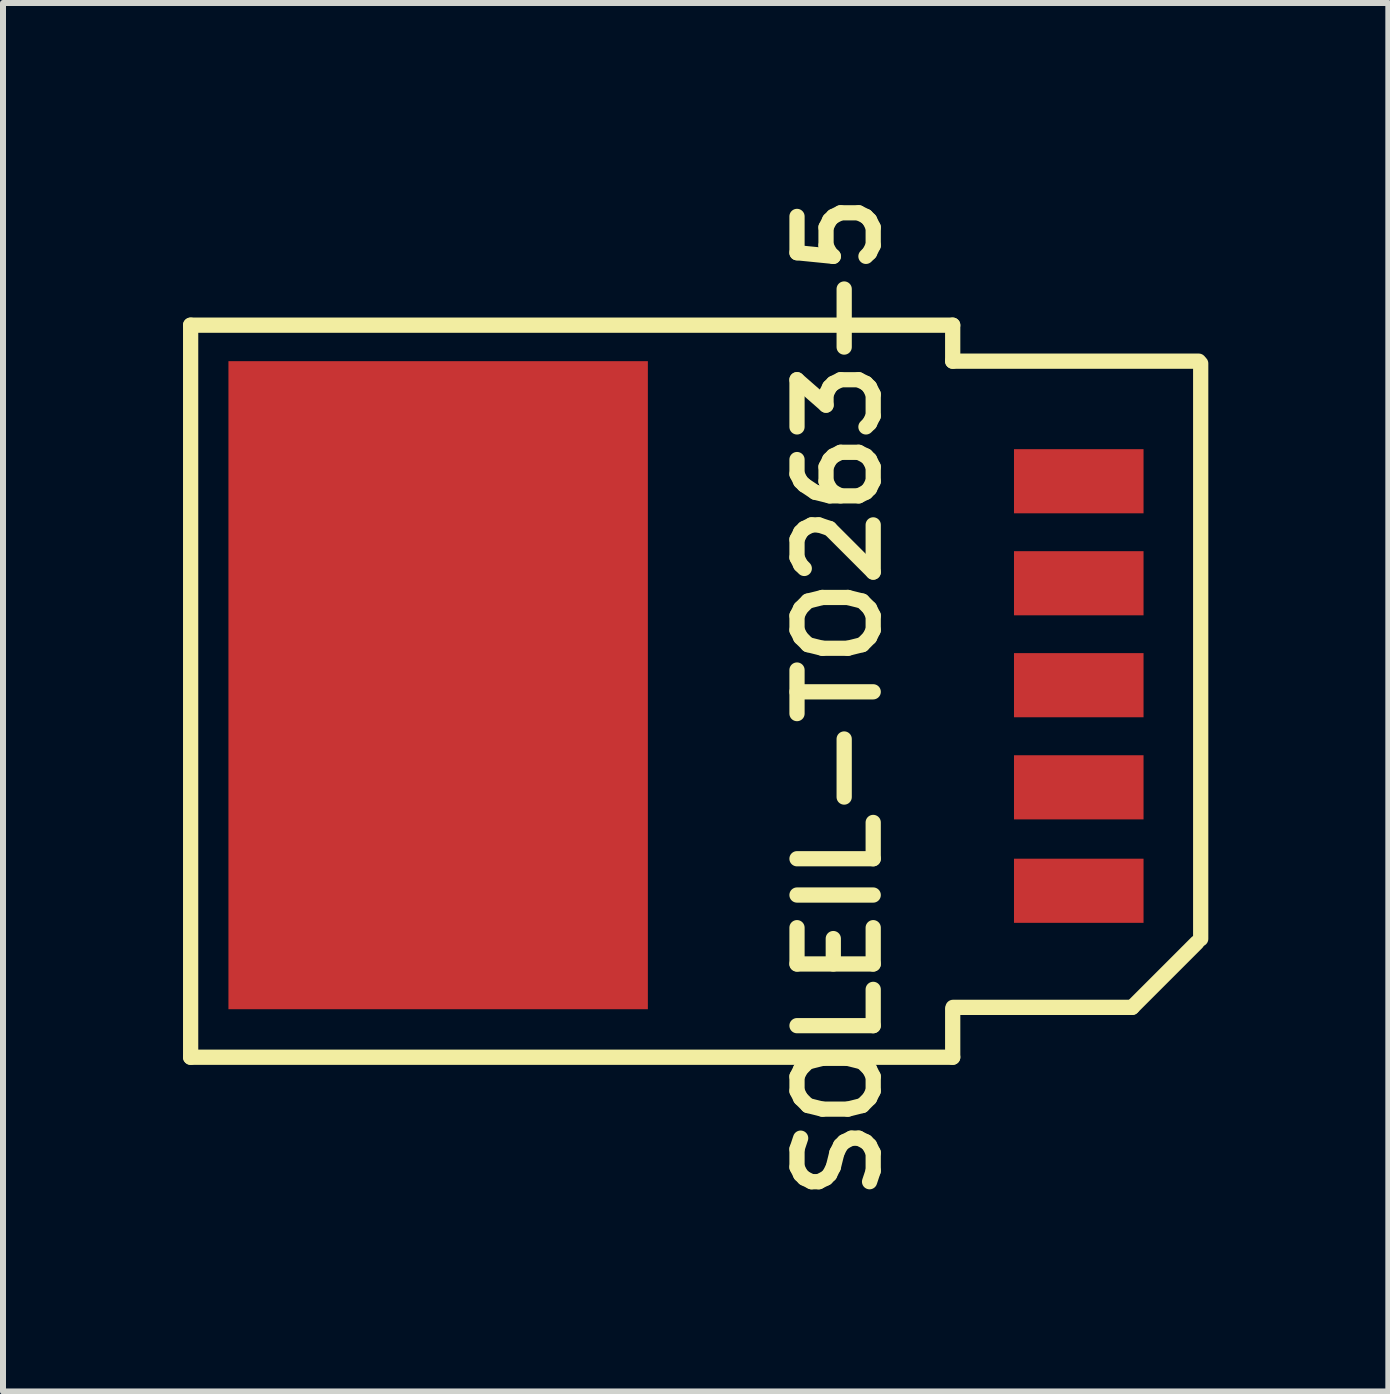
<source format=kicad_pcb>
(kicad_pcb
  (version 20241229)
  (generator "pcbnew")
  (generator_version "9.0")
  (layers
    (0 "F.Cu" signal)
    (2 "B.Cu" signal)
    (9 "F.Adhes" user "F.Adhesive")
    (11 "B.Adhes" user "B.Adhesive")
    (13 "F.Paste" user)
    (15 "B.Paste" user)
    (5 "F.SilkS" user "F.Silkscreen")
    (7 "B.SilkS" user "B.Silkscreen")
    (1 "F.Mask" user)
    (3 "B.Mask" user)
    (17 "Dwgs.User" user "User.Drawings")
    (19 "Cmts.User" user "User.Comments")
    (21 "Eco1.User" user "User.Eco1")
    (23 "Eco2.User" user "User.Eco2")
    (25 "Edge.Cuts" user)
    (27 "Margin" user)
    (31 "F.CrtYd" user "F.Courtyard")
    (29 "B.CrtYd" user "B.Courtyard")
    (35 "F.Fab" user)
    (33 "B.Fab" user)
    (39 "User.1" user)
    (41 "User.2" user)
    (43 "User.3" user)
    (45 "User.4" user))
  (footprint "SOLEIL-TO263-5"
    (layer "F.Cu")
    (at 14.928 11.77)
    (property "Reference" "SOLEIL-TO263-5" (at -4 -3.2 90) (layer "F.SilkS") (effects (font (size 1.27 1.27) (thickness 0.254))))
    (attr through_hole)
    (fp_line (start -14.801 -9.401) (end -14.801 2.799) (stroke (width 0.254) (type solid)) (layer "F.SilkS"))
    (fp_line (start -14.801 2.799) (end -2.101 2.799) (stroke (width 0.254) (type solid)) (layer "F.SilkS"))
    (fp_line (start -2.101 -9.401) (end -14.801 -9.401) (stroke (width 0.254) (type solid)) (layer "F.SilkS"))
    (fp_line (start -2.101 -8.801) (end -2.101 -9.401) (stroke (width 0.254) (type solid)) (layer "F.SilkS"))
    (fp_line (start -2.101 2.799) (end -2.101 1.999) (stroke (width 0.254) (type solid)) (layer "F.SilkS"))
    (fp_line (start -2.095 1.968) (end 0.889 1.968) (stroke (width 0.254) (type solid)) (layer "F.SilkS"))
    (fp_line (start 0.889 1.968) (end 1.968 0.889) (stroke (width 0.254) (type solid)) (layer "F.SilkS"))
    (fp_line (start 1.999 -8.801) (end -2.101 -8.801) (stroke (width 0.254) (type solid)) (layer "F.SilkS"))
    (fp_line (start 2.032 -8.763) (end 2.032 0.826) (stroke (width 0.254) (type solid)) (layer "F.SilkS"))
    (pad "1" smd rect (at 0 0.025) (size 2.159 1.069) (layers "F.Cu" "F.Mask" "F.Paste"))
    (pad "2" smd rect (at 0 -1.699) (size 2.159 1.069) (layers "F.Cu" "F.Mask" "F.Paste"))
    (pad "3" smd rect (at 0 -3.401) (size 2.159 1.069) (layers "F.Cu" "F.Mask" "F.Paste"))
    (pad "4" smd rect (at 0 -5.1) (size 2.159 1.069) (layers "F.Cu" "F.Mask" "F.Paste"))
    (pad "5" smd rect (at 0 -6.8) (size 2.159 1.069) (layers "F.Cu" "F.Mask" "F.Paste"))
    (pad "6" smd rect (at -10.676 -3.401) (size 6.99 10.8) (layers "F.Cu" "F.Mask" "F.Paste")))
  (gr_rect
    (start -3 -3)
    (end 20.087 20.139)
    (stroke (width 0.1) (type default))
    (fill no)
    (layer "Edge.Cuts")))
</source>
